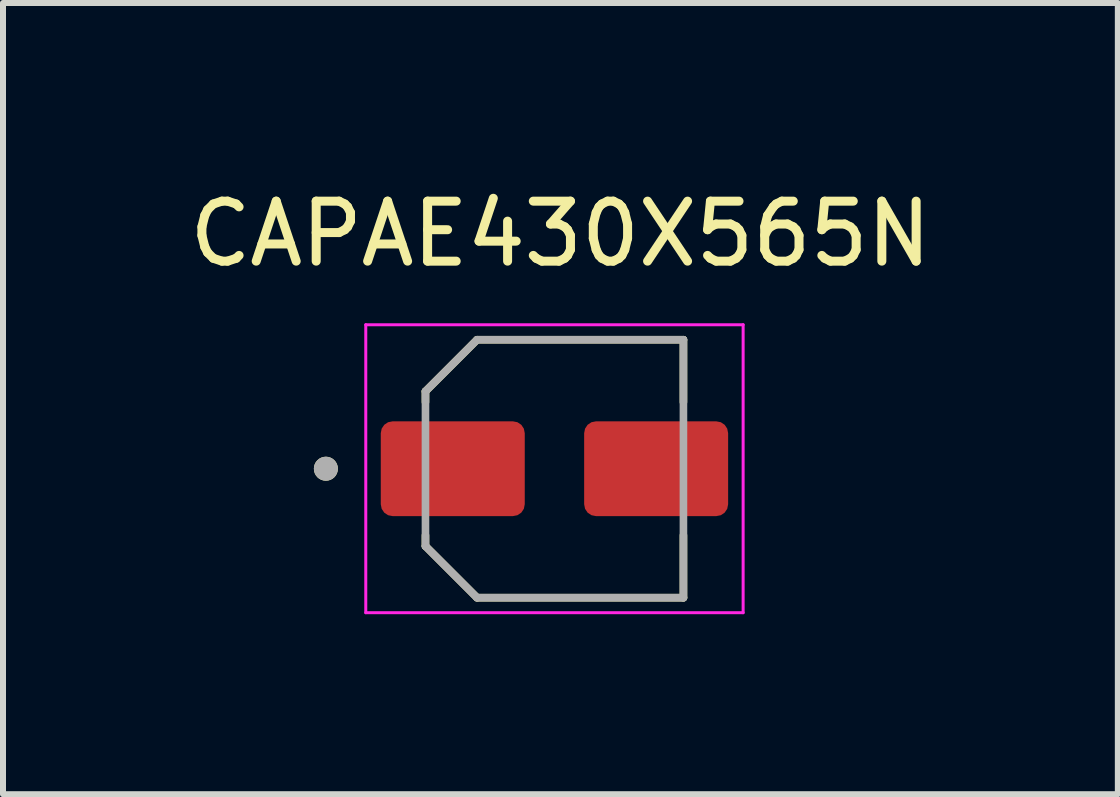
<source format=kicad_pcb>
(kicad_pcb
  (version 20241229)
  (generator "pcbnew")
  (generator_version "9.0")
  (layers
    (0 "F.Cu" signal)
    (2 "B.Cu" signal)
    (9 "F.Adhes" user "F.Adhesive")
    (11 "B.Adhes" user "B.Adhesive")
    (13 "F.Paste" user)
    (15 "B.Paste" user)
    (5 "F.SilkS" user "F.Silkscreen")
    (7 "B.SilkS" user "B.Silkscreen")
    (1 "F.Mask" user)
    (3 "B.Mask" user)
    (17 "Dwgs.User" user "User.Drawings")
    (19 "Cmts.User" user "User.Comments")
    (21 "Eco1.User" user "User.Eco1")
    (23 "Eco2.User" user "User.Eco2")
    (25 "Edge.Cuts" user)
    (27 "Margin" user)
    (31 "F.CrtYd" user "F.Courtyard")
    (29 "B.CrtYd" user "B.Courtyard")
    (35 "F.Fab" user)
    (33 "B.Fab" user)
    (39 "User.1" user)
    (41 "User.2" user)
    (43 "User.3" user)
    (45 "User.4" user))
  (footprint "CAPAE430X565N"
    (layer "F.Cu")
    (at 6.192 4.763)
    (property "Reference" "CAPAE430X565N" (at 0.1 -3.915 0) (layer "F.SilkS") (effects (font (size 1 1) (thickness 0.15))))
    (attr smd)
    (fp_line (start -2.15 -1.29) (end -1.29 -2.15) (stroke (width 0.127) (type solid)) (layer "F.SilkS"))
    (fp_line (start -2.15 -1.11) (end -2.15 -1.29) (stroke (width 0.127) (type solid)) (layer "F.SilkS"))
    (fp_line (start -2.15 1.29) (end -2.15 1.11) (stroke (width 0.127) (type solid)) (layer "F.SilkS"))
    (fp_line (start -1.29 -2.15) (end 2.15 -2.15) (stroke (width 0.127) (type solid)) (layer "F.SilkS"))
    (fp_line (start -1.29 2.15) (end -2.15 1.29) (stroke (width 0.127) (type solid)) (layer "F.SilkS"))
    (fp_line (start 2.15 -2.15) (end 2.15 -1.11) (stroke (width 0.127) (type solid)) (layer "F.SilkS"))
    (fp_line (start 2.15 2.15) (end -1.29 2.15) (stroke (width 0.127) (type solid)) (layer "F.SilkS"))
    (fp_line (start 2.15 2.15) (end 2.15 1.11) (stroke (width 0.127) (type solid)) (layer "F.SilkS"))
    (fp_circle (center -3.81 0) (end -3.71 0) (stroke (width 0.2) (type solid)) (fill no) (layer "F.SilkS"))
    (fp_line (start -3.145 -2.4) (end -3.145 2.4) (stroke (width 0.05) (type solid)) (layer "F.CrtYd"))
    (fp_line (start -3.145 2.4) (end 3.145 2.4) (stroke (width 0.05) (type solid)) (layer "F.CrtYd"))
    (fp_line (start 3.145 -2.4) (end -3.145 -2.4) (stroke (width 0.05) (type solid)) (layer "F.CrtYd"))
    (fp_line (start 3.145 2.4) (end 3.145 -2.4) (stroke (width 0.05) (type solid)) (layer "F.CrtYd"))
    (fp_line (start -2.15 -1.29) (end -1.29 -2.15) (stroke (width 0.127) (type solid)) (layer "F.Fab"))
    (fp_line (start -2.15 1.29) (end -2.15 -1.29) (stroke (width 0.127) (type solid)) (layer "F.Fab"))
    (fp_line (start -1.29 -2.15) (end 2.15 -2.15) (stroke (width 0.127) (type solid)) (layer "F.Fab"))
    (fp_line (start -1.29 2.15) (end -2.15 1.29) (stroke (width 0.127) (type solid)) (layer "F.Fab"))
    (fp_line (start 2.15 -2.15) (end 2.15 2.15) (stroke (width 0.127) (type solid)) (layer "F.Fab"))
    (fp_line (start 2.15 2.15) (end -1.29 2.15) (stroke (width 0.127) (type solid)) (layer "F.Fab"))
    (fp_circle (center -3.81 0) (end -3.71 0) (stroke (width 0.2) (type solid)) (fill no) (layer "F.Fab"))
    (pad "1" smd roundrect (at -1.695 0) (size 2.4 1.58) (layers "F.Cu" "F.Mask" "F.Paste") (roundrect_rratio 0.125))
    (pad "2" smd roundrect (at 1.695 0) (size 2.4 1.58) (layers "F.Cu" "F.Mask" "F.Paste") (roundrect_rratio 0.125)))
  (gr_rect
    (start -3 -3)
    (end 15.583 10.188)
    (stroke (width 0.1) (type default))
    (fill no)
    (layer "Edge.Cuts")))
</source>
